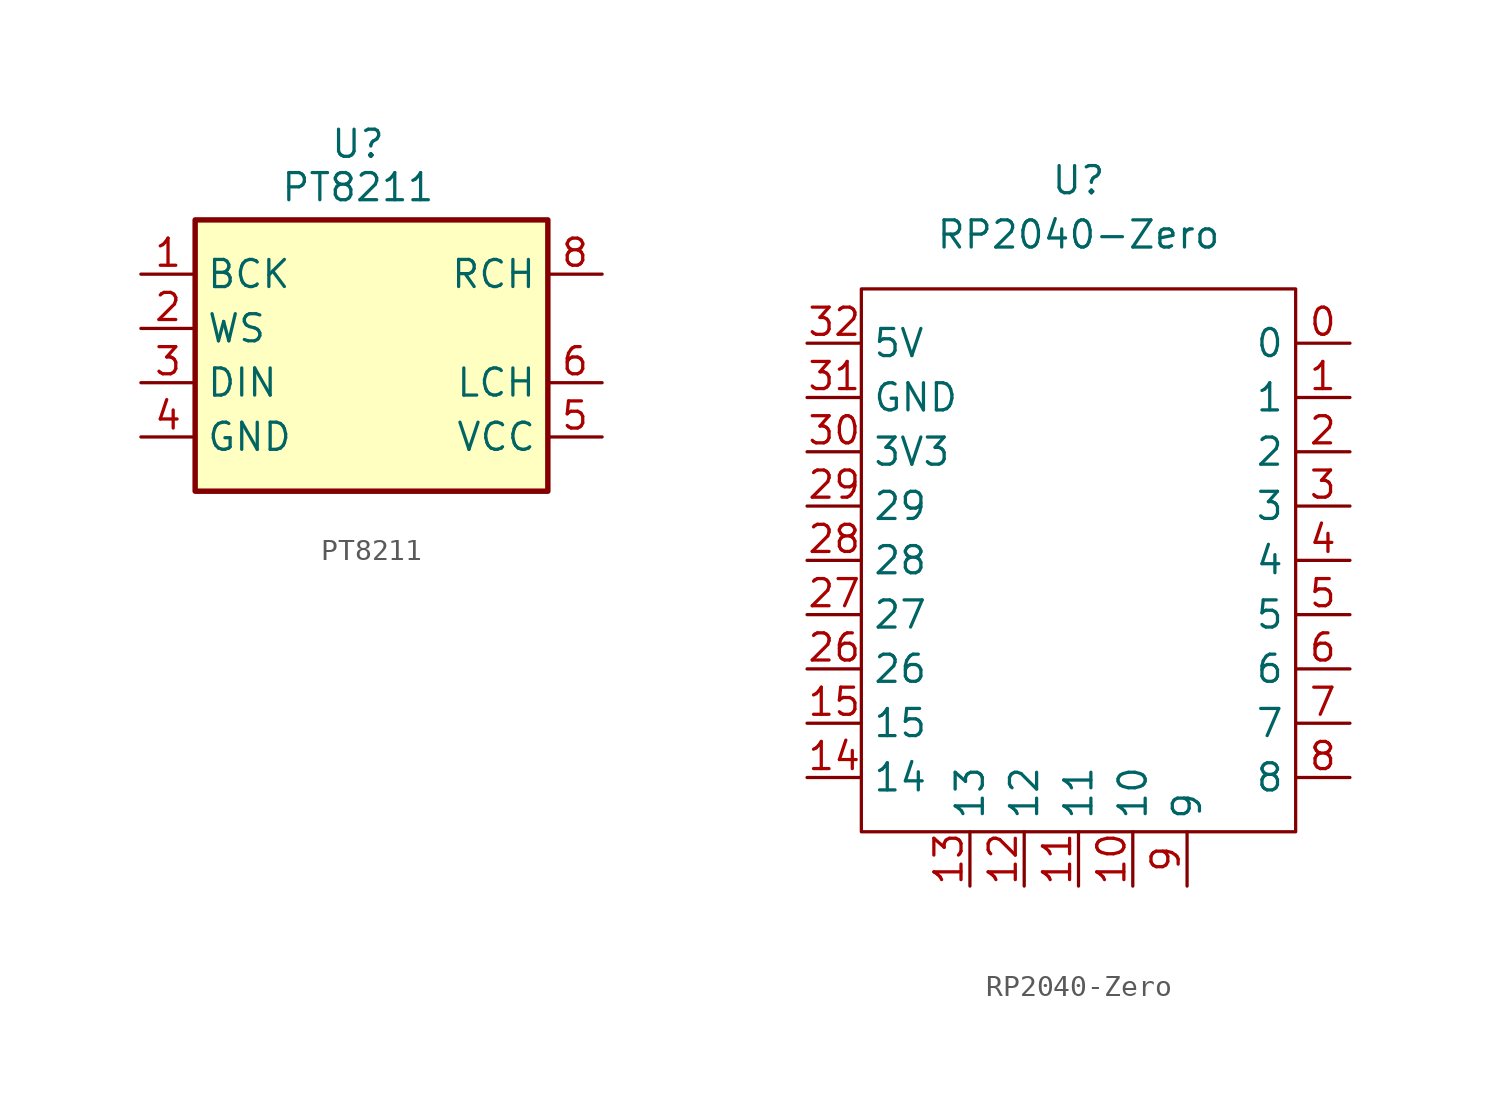
<source format=kicad_sym>
(kicad_symbol_lib
  (version 20231120)
  (generator "kicad_symbol_editor")
  (generator_version "8.0")
  (symbol "PT8211"
    (property "Reference" "U"
      (at 0 1.016 0)
      (effects (font (size 1.27 1.27))))
    (property "Value" "PT8211"
      (at 0 -1.016 0)
      (effects (font (size 1.27 1.27))))
    (symbol "PT8211_0_1"
      (rectangle (start -7.62 -2.54) (end 8.89 -15.24) (stroke (width 0.254) (type default)) (fill (type background))))
    (symbol "PT8211_1_1"
      (pin input line (at -10.16 -5.08 0) (length 2.54) (name "BCK" (effects (font (size 1.27 1.27)))) (number "1" (effects (font (size 1.27 1.27)))))
      (pin input line (at -10.16 -7.62 0) (length 2.54) (name "WS" (effects (font (size 1.27 1.27)))) (number "2" (effects (font (size 1.27 1.27)))))
      (pin input line (at -10.16 -10.16 0) (length 2.54) (name "DIN" (effects (font (size 1.27 1.27)))) (number "3" (effects (font (size 1.27 1.27)))))
      (pin power_in line (at -10.16 -12.7 0) (length 2.54) (name "GND" (effects (font (size 1.27 1.27)))) (number "4" (effects (font (size 1.27 1.27)))))
      (pin power_in line (at 11.43 -12.7 180) (length 2.54) (name "VCC" (effects (font (size 1.27 1.27)))) (number "5" (effects (font (size 1.27 1.27)))))
      (pin output line (at 11.43 -10.16 180) (length 2.54) (name "LCH" (effects (font (size 1.27 1.27)))) (number "6" (effects (font (size 1.27 1.27)))))
      (pin no_connect line (at 11.43 -7.62 180) (length 2.54) hide (name "NC" (effects (font (size 1.27 1.27)))) (number "7" (effects (font (size 1.27 1.27)))))
      (pin output line (at 11.43 -5.08 180) (length 2.54) (name "RCH" (effects (font (size 1.27 1.27)))) (number "8" (effects (font (size 1.27 1.27)))))))
  (symbol "RP2040-Zero"
    (property "Reference" "U"
      (at 0 17.78 0)
      (effects (font (size 1.27 1.27))))
    (property "Value" "RP2040-Zero"
      (at 0 15.24 0)
      (effects (font (size 1.27 1.27))))
    (symbol "RP2040-Zero_0_1"
      (rectangle (start -10.16 12.7) (end 10.16 -12.7) (stroke (width 0) (type default)) (fill (type none))))
    (symbol "RP2040-Zero_1_1"
      (pin tri_state line (at 12.7 10.16 180) (length 2.54) (name "0" (effects (font (size 1.27 1.27)))) (number "0" (effects (font (size 1.27 1.27)))))
      (pin bidirectional line (at 12.7 7.62 180) (length 2.54) (name "1" (effects (font (size 1.27 1.27)))) (number "1" (effects (font (size 1.27 1.27)))))
      (pin bidirectional line (at 2.54 -15.24 90) (length 2.54) (name "10" (effects (font (size 1.27 1.27)))) (number "10" (effects (font (size 1.27 1.27)))))
      (pin bidirectional line (at 0 -15.24 90) (length 2.54) (name "11" (effects (font (size 1.27 1.27)))) (number "11" (effects (font (size 1.27 1.27)))))
      (pin bidirectional line (at -2.54 -15.24 90) (length 2.54) (name "12" (effects (font (size 1.27 1.27)))) (number "12" (effects (font (size 1.27 1.27)))))
      (pin bidirectional line (at -5.08 -15.24 90) (length 2.54) (name "13" (effects (font (size 1.27 1.27)))) (number "13" (effects (font (size 1.27 1.27)))))
      (pin bidirectional line (at -12.7 -10.16 0) (length 2.54) (name "14" (effects (font (size 1.27 1.27)))) (number "14" (effects (font (size 1.27 1.27)))))
      (pin bidirectional line (at -12.7 -7.62 0) (length 2.54) (name "15" (effects (font (size 1.27 1.27)))) (number "15" (effects (font (size 1.27 1.27)))))
      (pin bidirectional line (at 12.7 5.08 180) (length 2.54) (name "2" (effects (font (size 1.27 1.27)))) (number "2" (effects (font (size 1.27 1.27)))))
      (pin bidirectional line (at -12.7 -5.08 0) (length 2.54) (name "26" (effects (font (size 1.27 1.27)))) (number "26" (effects (font (size 1.27 1.27)))))
      (pin bidirectional line (at -12.7 -2.54 0) (length 2.54) (name "27" (effects (font (size 1.27 1.27)))) (number "27" (effects (font (size 1.27 1.27)))))
      (pin bidirectional line (at -12.7 0 0) (length 2.54) (name "28" (effects (font (size 1.27 1.27)))) (number "28" (effects (font (size 1.27 1.27)))))
      (pin bidirectional line (at -12.7 2.54 0) (length 2.54) (name "29" (effects (font (size 1.27 1.27)))) (number "29" (effects (font (size 1.27 1.27)))))
      (pin bidirectional line (at 12.7 2.54 180) (length 2.54) (name "3" (effects (font (size 1.27 1.27)))) (number "3" (effects (font (size 1.27 1.27)))))
      (pin power_out line (at -12.7 5.08 0) (length 2.54) (name "3V3" (effects (font (size 1.27 1.27)))) (number "30" (effects (font (size 1.27 1.27)))))
      (pin power_in line (at -12.7 7.62 0) (length 2.54) (name "GND" (effects (font (size 1.27 1.27)))) (number "31" (effects (font (size 1.27 1.27)))))
      (pin power_out line (at -12.7 10.16 0) (length 2.54) (name "5V" (effects (font (size 1.27 1.27)))) (number "32" (effects (font (size 1.27 1.27)))))
      (pin bidirectional line (at 12.7 0 180) (length 2.54) (name "4" (effects (font (size 1.27 1.27)))) (number "4" (effects (font (size 1.27 1.27)))))
      (pin bidirectional line (at 12.7 -2.54 180) (length 2.54) (name "5" (effects (font (size 1.27 1.27)))) (number "5" (effects (font (size 1.27 1.27)))))
      (pin bidirectional line (at 12.7 -5.08 180) (length 2.54) (name "6" (effects (font (size 1.27 1.27)))) (number "6" (effects (font (size 1.27 1.27)))))
      (pin bidirectional line (at 12.7 -7.62 180) (length 2.54) (name "7" (effects (font (size 1.27 1.27)))) (number "7" (effects (font (size 1.27 1.27)))))
      (pin bidirectional line (at 12.7 -10.16 180) (length 2.54) (name "8" (effects (font (size 1.27 1.27)))) (number "8" (effects (font (size 1.27 1.27)))))
      (pin bidirectional line (at 5.08 -15.24 90) (length 2.54) (name "9" (effects (font (size 1.27 1.27)))) (number "9" (effects (font (size 1.27 1.27))))))))
</source>
